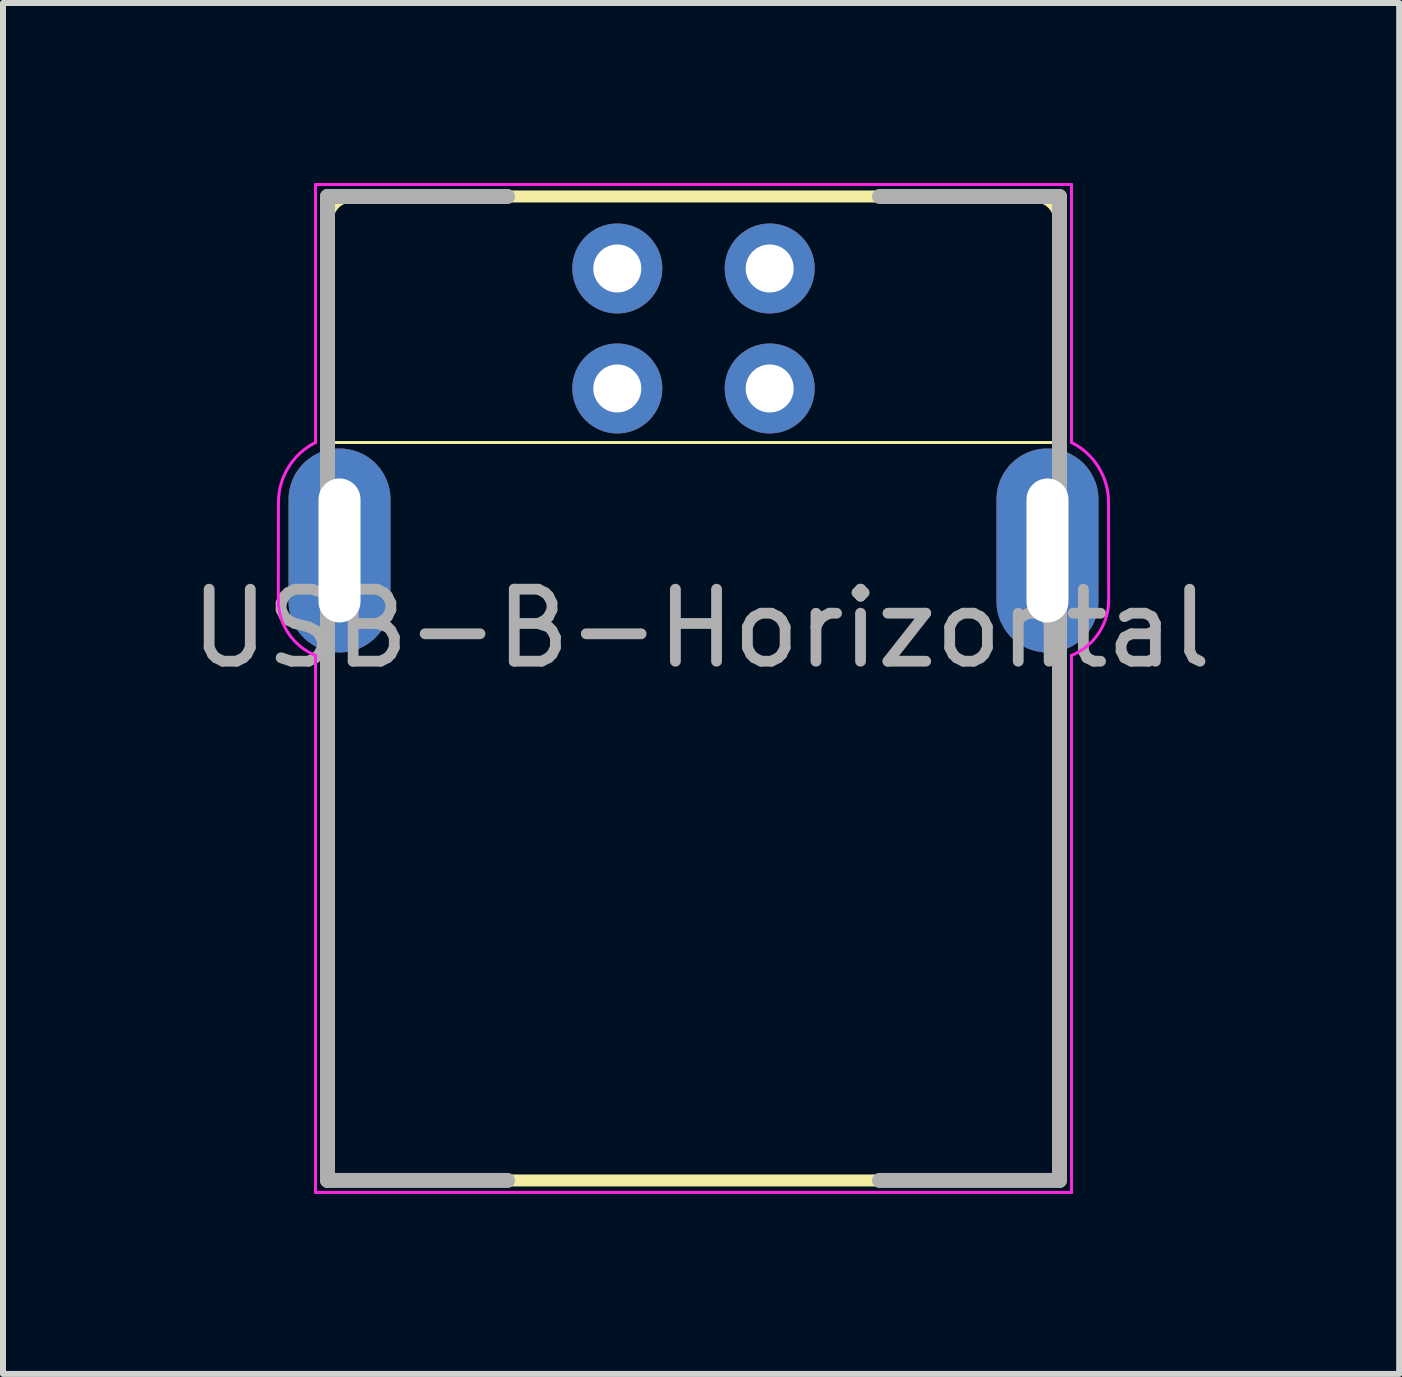
<source format=kicad_pcb>
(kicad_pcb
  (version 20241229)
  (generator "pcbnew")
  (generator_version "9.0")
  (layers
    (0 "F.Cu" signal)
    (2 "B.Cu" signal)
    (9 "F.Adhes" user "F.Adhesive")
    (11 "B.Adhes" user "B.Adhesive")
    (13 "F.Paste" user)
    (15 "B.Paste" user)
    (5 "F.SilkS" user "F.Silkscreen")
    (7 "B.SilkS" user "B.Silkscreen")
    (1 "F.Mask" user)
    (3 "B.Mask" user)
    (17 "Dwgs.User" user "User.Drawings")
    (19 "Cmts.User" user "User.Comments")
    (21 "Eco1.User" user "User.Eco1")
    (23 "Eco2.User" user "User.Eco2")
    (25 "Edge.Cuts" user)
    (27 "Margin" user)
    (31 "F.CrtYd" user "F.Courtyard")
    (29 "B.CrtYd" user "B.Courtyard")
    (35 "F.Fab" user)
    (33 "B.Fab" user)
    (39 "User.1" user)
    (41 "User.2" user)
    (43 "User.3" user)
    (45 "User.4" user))
  (footprint "USB-B-Horizontal"
    (layer "F.Cu")
    (at 8.509 2.425)
    (property "Reference" "USB-B-Horizontal" (at 0.127 5 0) (layer "F.Fab") (effects (font (size 1.2 1.2) (thickness 0.18))))
    (attr through_hole)
    (fp_line (start -6.1 -1.8) (end -6.096 14.2) (stroke (width 0.2) (type solid)) (layer "F.SilkS"))
    (fp_line (start 5.7 -2.2) (end -5.7 -2.2) (stroke (width 0.2) (type solid)) (layer "F.SilkS"))
    (fp_line (start 6.092 14.2) (end -6.1 14.2) (stroke (width 0.2) (type solid)) (layer "F.SilkS"))
    (fp_line (start 6.1 -1.8) (end 6.104 14.2) (stroke (width 0.2) (type solid)) (layer "F.SilkS"))
    (fp_line (start 6.1 1.9) (end -6.1 1.9) (stroke (width 0.05) (type solid)) (layer "F.SilkS"))
    (fp_arc (start -6.1 -1.8) (mid -5.982843 -2.082843) (end -5.7 -2.2) (stroke (width 0.2) (type solid)) (layer "F.SilkS"))
    (fp_arc (start 5.7 -2.2) (mid 5.982843 -2.082843) (end 6.1 -1.8) (stroke (width 0.2) (type solid)) (layer "F.SilkS"))
    (fp_line (start -6.918 2.9) (end -6.92 4.525) (stroke (width 0.05) (type solid)) (layer "F.CrtYd"))
    (fp_line (start -6.3 1.9) (end -6.3 -2.4) (stroke (width 0.05) (type solid)) (layer "F.CrtYd"))
    (fp_line (start -6.3 14.4) (end -6.3 5.45) (stroke (width 0.05) (type solid)) (layer "F.CrtYd"))
    (fp_line (start 6.3 -2.4) (end -6.3 -2.4) (stroke (width 0.05) (type solid)) (layer "F.CrtYd"))
    (fp_line (start 6.3 1.9) (end 6.3 -2.4) (stroke (width 0.05) (type solid)) (layer "F.CrtYd"))
    (fp_line (start 6.3 14.4) (end 6.3 5.45) (stroke (width 0.05) (type solid)) (layer "F.CrtYd"))
    (fp_line (start 6.3 14.4) (end -6.3 14.4) (stroke (width 0.05) (type solid)) (layer "F.CrtYd"))
    (fp_line (start 6.918 2.9) (end 6.92 4.55) (stroke (width 0.05) (type solid)) (layer "F.CrtYd"))
    (fp_arc (start -6.918032 2.899318) (mid -6.750876 2.311925) (end -6.299999 1.900001) (stroke (width 0.05) (type solid)) (layer "F.CrtYd"))
    (fp_arc (start -6.3 5.45) (mid -6.750839 5.0818) (end -6.920252 4.52491) (stroke (width 0.05) (type solid)) (layer "F.CrtYd"))
    (fp_arc (start 6.299999 1.900001) (mid 6.750876 2.311925) (end 6.918032 2.899318) (stroke (width 0.05) (type solid)) (layer "F.CrtYd"))
    (fp_arc (start 6.92 4.55) (mid 6.744017 5.09203) (end 6.300589 5.449995) (stroke (width 0.05) (type solid)) (layer "F.CrtYd"))
    (fp_line (start -6.1 -2.2) (end -3.1 -2.2) (stroke (width 0.25) (type solid)) (layer "F.Fab"))
    (fp_line (start -6.1 14.2) (end -6.1 -2.2) (stroke (width 0.25) (type solid)) (layer "F.Fab"))
    (fp_line (start -6.1 14.2) (end -3.1 14.2) (stroke (width 0.25) (type solid)) (layer "F.Fab"))
    (fp_line (start 3.1 -2.2) (end 6.1 -2.2) (stroke (width 0.25) (type solid)) (layer "F.Fab"))
    (fp_line (start 3.1 14.2) (end 6.1 14.2) (stroke (width 0.25) (type solid)) (layer "F.Fab"))
    (fp_line (start 6.1 14.2) (end 6.1 -2.2) (stroke (width 0.25) (type solid)) (layer "F.Fab"))
    (pad "0" thru_hole oval (at -5.9 3.7 180) (size 1.7 3.4) (drill oval 0.7 2.4) (layers "*.Cu" "*.Mask"))
    (pad "0" thru_hole oval (at 5.9 3.7 180) (size 1.7 3.4) (drill oval 0.7 2.4) (layers "*.Cu" "*.Mask"))
    (pad "1" thru_hole circle (at 1.27 -1 180) (size 1.5 1.5) (drill 0.8) (layers "*.Cu" "*.Mask"))
    (pad "2" thru_hole circle (at -1.27 -1 180) (size 1.5 1.5) (drill 0.8) (layers "*.Cu" "*.Mask"))
    (pad "3" thru_hole circle (at -1.27 1 180) (size 1.5 1.5) (drill 0.8) (layers "*.Cu" "*.Mask"))
    (pad "4" thru_hole circle (at 1.27 1 180) (size 1.5 1.5) (drill 0.8) (layers "*.Cu" "*.Mask")))
  (gr_rect
    (start -3 -3)
    (end 20.271 19.85)
    (stroke (width 0.1) (type default))
    (fill no)
    (layer "Edge.Cuts")))
</source>
